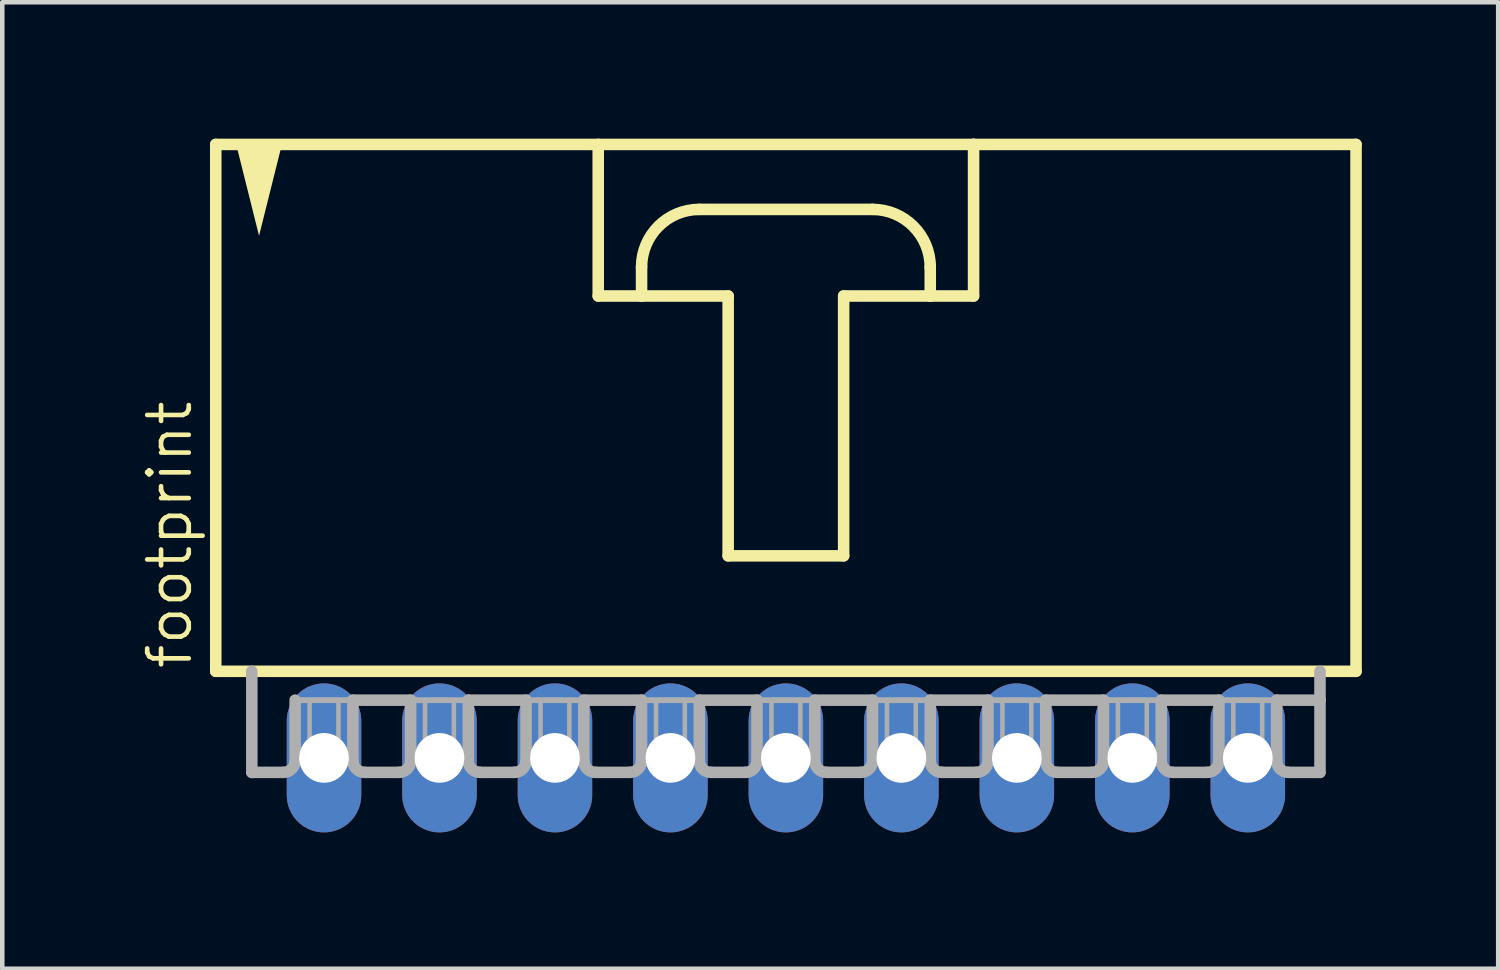
<source format=kicad_pcb>
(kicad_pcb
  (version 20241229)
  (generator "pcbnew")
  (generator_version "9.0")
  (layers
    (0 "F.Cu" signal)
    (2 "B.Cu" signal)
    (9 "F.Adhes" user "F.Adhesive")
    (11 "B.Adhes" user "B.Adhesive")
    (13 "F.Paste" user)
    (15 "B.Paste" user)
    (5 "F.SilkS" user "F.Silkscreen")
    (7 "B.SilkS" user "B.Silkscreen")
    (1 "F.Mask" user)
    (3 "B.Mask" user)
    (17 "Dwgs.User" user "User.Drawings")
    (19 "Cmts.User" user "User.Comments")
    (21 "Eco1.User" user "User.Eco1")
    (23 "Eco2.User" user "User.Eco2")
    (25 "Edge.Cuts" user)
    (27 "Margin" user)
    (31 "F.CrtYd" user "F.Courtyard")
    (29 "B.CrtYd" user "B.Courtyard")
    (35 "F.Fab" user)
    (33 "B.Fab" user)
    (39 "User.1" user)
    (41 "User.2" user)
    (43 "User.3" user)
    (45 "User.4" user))
  (footprint "footprint"
    (layer "F.Cu")
    (at 14.237 6.001)
    (property "Reference" "footprint" (at -13.018 5.715 90) (layer "F.SilkS") (effects (font (size 0.914 0.914) (thickness 0.102)) (justify left bottom)))
    (fp_line (start -12.541 -5.874) (end -12.541 5.715) (stroke (width 0.254) (type solid)) (layer "F.SilkS"))
    (fp_line (start -12.541 5.715) (end 12.541 5.715) (stroke (width 0.254) (type solid)) (layer "F.SilkS"))
    (fp_line (start -4.128 -5.874) (end -4.128 -2.54) (stroke (width 0.254) (type solid)) (layer "F.SilkS"))
    (fp_line (start -4.128 -2.54) (end -3.175 -2.54) (stroke (width 0.254) (type solid)) (layer "F.SilkS"))
    (fp_line (start -3.175 -2.54) (end -3.175 -3.175) (stroke (width 0.254) (type solid)) (layer "F.SilkS"))
    (fp_line (start -3.175 -2.54) (end -1.27 -2.54) (stroke (width 0.254) (type solid)) (layer "F.SilkS"))
    (fp_line (start -1.905 -4.445) (end 1.905 -4.445) (stroke (width 0.254) (type solid)) (layer "F.SilkS"))
    (fp_line (start -1.27 -2.54) (end -1.27 3.175) (stroke (width 0.254) (type solid)) (layer "F.SilkS"))
    (fp_line (start -1.27 3.175) (end 1.27 3.175) (stroke (width 0.254) (type solid)) (layer "F.SilkS"))
    (fp_line (start 1.27 -2.54) (end 3.175 -2.54) (stroke (width 0.254) (type solid)) (layer "F.SilkS"))
    (fp_line (start 1.27 3.175) (end 1.27 -2.54) (stroke (width 0.254) (type solid)) (layer "F.SilkS"))
    (fp_line (start 3.175 -3.175) (end 3.175 -2.54) (stroke (width 0.254) (type solid)) (layer "F.SilkS"))
    (fp_line (start 3.175 -2.54) (end 4.128 -2.54) (stroke (width 0.254) (type solid)) (layer "F.SilkS"))
    (fp_line (start 4.128 -5.874) (end -12.541 -5.874) (stroke (width 0.254) (type solid)) (layer "F.SilkS"))
    (fp_line (start 4.128 -2.54) (end 4.128 -5.874) (stroke (width 0.254) (type solid)) (layer "F.SilkS"))
    (fp_line (start 12.541 -5.874) (end 4.128 -5.874) (stroke (width 0.254) (type solid)) (layer "F.SilkS"))
    (fp_line (start 12.541 5.715) (end 12.541 -5.874) (stroke (width 0.254) (type solid)) (layer "F.SilkS"))
    (fp_arc (start -3.175 -3.175) (mid -2.803026 -4.073026) (end -1.905 -4.445) (stroke (width 0.254) (type solid)) (layer "F.SilkS"))
    (fp_arc (start 1.905 -4.445) (mid 2.803026 -4.073026) (end 3.175 -3.175) (stroke (width 0.254) (type solid)) (layer "F.SilkS"))
    (fp_poly (pts (xy -11.589 -3.864) (xy -12.098 -5.899) (xy -11.08 -5.899)) (stroke (width 0) (type solid)) (fill yes) (layer "F.SilkS"))
    (fp_line (start -11.748 5.715) (end -11.748 7.938) (stroke (width 0.254) (type solid)) (layer "F.Fab"))
    (fp_line (start -11.049 7.938) (end -11.748 7.938) (stroke (width 0.254) (type solid)) (layer "F.Fab"))
    (fp_line (start -10.795 6.35) (end -10.795 7.684) (stroke (width 0.254) (type solid)) (layer "F.Fab"))
    (fp_line (start -10.795 6.35) (end -9.525 6.35) (stroke (width 0.127) (type solid)) (layer "F.Fab"))
    (fp_line (start -9.525 6.35) (end -9.525 7.684) (stroke (width 0.254) (type solid)) (layer "F.Fab"))
    (fp_line (start -9.525 6.35) (end -8.255 6.35) (stroke (width 0.254) (type solid)) (layer "F.Fab"))
    (fp_line (start -8.509 7.938) (end -9.271 7.938) (stroke (width 0.254) (type solid)) (layer "F.Fab"))
    (fp_line (start -8.255 6.35) (end -8.255 7.684) (stroke (width 0.254) (type solid)) (layer "F.Fab"))
    (fp_line (start -8.255 6.35) (end -6.985 6.35) (stroke (width 0.127) (type solid)) (layer "F.Fab"))
    (fp_line (start -6.985 6.35) (end -6.985 7.684) (stroke (width 0.254) (type solid)) (layer "F.Fab"))
    (fp_line (start -6.985 6.35) (end -5.715 6.35) (stroke (width 0.254) (type solid)) (layer "F.Fab"))
    (fp_line (start -5.969 7.938) (end -6.731 7.938) (stroke (width 0.254) (type solid)) (layer "F.Fab"))
    (fp_line (start -5.715 6.35) (end -5.715 7.684) (stroke (width 0.254) (type solid)) (layer "F.Fab"))
    (fp_line (start -5.715 6.35) (end -4.445 6.35) (stroke (width 0.127) (type solid)) (layer "F.Fab"))
    (fp_line (start -4.445 6.35) (end -4.445 7.684) (stroke (width 0.254) (type solid)) (layer "F.Fab"))
    (fp_line (start -4.445 6.35) (end -3.175 6.35) (stroke (width 0.254) (type solid)) (layer "F.Fab"))
    (fp_line (start -3.429 7.938) (end -4.191 7.938) (stroke (width 0.254) (type solid)) (layer "F.Fab"))
    (fp_line (start -3.175 6.35) (end -3.175 7.684) (stroke (width 0.254) (type solid)) (layer "F.Fab"))
    (fp_line (start -3.175 6.35) (end -1.905 6.35) (stroke (width 0.127) (type solid)) (layer "F.Fab"))
    (fp_line (start -1.905 6.35) (end -1.905 7.684) (stroke (width 0.254) (type solid)) (layer "F.Fab"))
    (fp_line (start -1.905 6.35) (end -0.635 6.35) (stroke (width 0.254) (type solid)) (layer "F.Fab"))
    (fp_line (start -0.889 7.938) (end -1.651 7.938) (stroke (width 0.254) (type solid)) (layer "F.Fab"))
    (fp_line (start -0.635 6.35) (end -0.635 7.684) (stroke (width 0.254) (type solid)) (layer "F.Fab"))
    (fp_line (start -0.635 6.35) (end 0.635 6.35) (stroke (width 0.127) (type solid)) (layer "F.Fab"))
    (fp_line (start 0.635 6.35) (end 0.635 7.684) (stroke (width 0.254) (type solid)) (layer "F.Fab"))
    (fp_line (start 0.635 6.35) (end 1.905 6.35) (stroke (width 0.254) (type solid)) (layer "F.Fab"))
    (fp_line (start 1.651 7.938) (end 0.889 7.938) (stroke (width 0.254) (type solid)) (layer "F.Fab"))
    (fp_line (start 1.905 6.35) (end 1.905 7.684) (stroke (width 0.254) (type solid)) (layer "F.Fab"))
    (fp_line (start 1.905 6.35) (end 3.175 6.35) (stroke (width 0.127) (type solid)) (layer "F.Fab"))
    (fp_line (start 3.175 6.35) (end 3.175 7.684) (stroke (width 0.254) (type solid)) (layer "F.Fab"))
    (fp_line (start 3.175 6.35) (end 4.445 6.35) (stroke (width 0.254) (type solid)) (layer "F.Fab"))
    (fp_line (start 4.191 7.938) (end 3.429 7.938) (stroke (width 0.254) (type solid)) (layer "F.Fab"))
    (fp_line (start 4.445 6.35) (end 4.445 7.684) (stroke (width 0.254) (type solid)) (layer "F.Fab"))
    (fp_line (start 4.445 6.35) (end 5.715 6.35) (stroke (width 0.127) (type solid)) (layer "F.Fab"))
    (fp_line (start 5.715 6.35) (end 5.715 7.684) (stroke (width 0.254) (type solid)) (layer "F.Fab"))
    (fp_line (start 5.715 6.35) (end 6.985 6.35) (stroke (width 0.254) (type solid)) (layer "F.Fab"))
    (fp_line (start 6.731 7.938) (end 5.969 7.938) (stroke (width 0.254) (type solid)) (layer "F.Fab"))
    (fp_line (start 6.985 6.35) (end 6.985 7.684) (stroke (width 0.254) (type solid)) (layer "F.Fab"))
    (fp_line (start 6.985 6.35) (end 8.255 6.35) (stroke (width 0.127) (type solid)) (layer "F.Fab"))
    (fp_line (start 8.255 6.35) (end 8.255 7.684) (stroke (width 0.254) (type solid)) (layer "F.Fab"))
    (fp_line (start 8.255 6.35) (end 9.525 6.35) (stroke (width 0.254) (type solid)) (layer "F.Fab"))
    (fp_line (start 9.271 7.938) (end 8.509 7.938) (stroke (width 0.254) (type solid)) (layer "F.Fab"))
    (fp_line (start 9.525 6.35) (end 9.525 7.684) (stroke (width 0.254) (type solid)) (layer "F.Fab"))
    (fp_line (start 9.525 6.35) (end 10.795 6.35) (stroke (width 0.127) (type solid)) (layer "F.Fab"))
    (fp_line (start 10.795 6.35) (end 10.795 7.684) (stroke (width 0.254) (type solid)) (layer "F.Fab"))
    (fp_line (start 10.795 6.35) (end 11.748 6.35) (stroke (width 0.254) (type solid)) (layer "F.Fab"))
    (fp_line (start 11.049 7.938) (end 11.748 7.938) (stroke (width 0.254) (type solid)) (layer "F.Fab"))
    (fp_line (start 11.748 6.35) (end 11.748 5.715) (stroke (width 0.254) (type solid)) (layer "F.Fab"))
    (fp_line (start 11.748 7.938) (end 11.748 6.35) (stroke (width 0.254) (type solid)) (layer "F.Fab"))
    (fp_arc (start -10.795 7.6835) (mid -10.869395 7.863105) (end -11.049 7.9375) (stroke (width 0.254) (type solid)) (layer "F.Fab"))
    (fp_arc (start -9.271 7.9375) (mid -9.450605 7.863105) (end -9.525 7.6835) (stroke (width 0.254) (type solid)) (layer "F.Fab"))
    (fp_arc (start -8.255 7.6835) (mid -8.329395 7.863105) (end -8.509 7.9375) (stroke (width 0.254) (type solid)) (layer "F.Fab"))
    (fp_arc (start -6.731 7.9375) (mid -6.910605 7.863105) (end -6.985 7.6835) (stroke (width 0.254) (type solid)) (layer "F.Fab"))
    (fp_arc (start -5.715 7.6835) (mid -5.789395 7.863105) (end -5.969 7.9375) (stroke (width 0.254) (type solid)) (layer "F.Fab"))
    (fp_arc (start -4.191 7.9375) (mid -4.370605 7.863105) (end -4.445 7.6835) (stroke (width 0.254) (type solid)) (layer "F.Fab"))
    (fp_arc (start -3.175 7.6835) (mid -3.249395 7.863105) (end -3.429 7.9375) (stroke (width 0.254) (type solid)) (layer "F.Fab"))
    (fp_arc (start -1.651 7.9375) (mid -1.830605 7.863105) (end -1.905 7.6835) (stroke (width 0.254) (type solid)) (layer "F.Fab"))
    (fp_arc (start -0.635 7.6835) (mid -0.709395 7.863105) (end -0.889 7.9375) (stroke (width 0.254) (type solid)) (layer "F.Fab"))
    (fp_arc (start 0.889 7.9375) (mid 0.709395 7.863105) (end 0.635 7.6835) (stroke (width 0.254) (type solid)) (layer "F.Fab"))
    (fp_arc (start 1.905 7.6835) (mid 1.830605 7.863105) (end 1.651 7.9375) (stroke (width 0.254) (type solid)) (layer "F.Fab"))
    (fp_arc (start 3.429 7.9375) (mid 3.249395 7.863105) (end 3.175 7.6835) (stroke (width 0.254) (type solid)) (layer "F.Fab"))
    (fp_arc (start 4.445 7.6835) (mid 4.370605 7.863105) (end 4.191 7.9375) (stroke (width 0.254) (type solid)) (layer "F.Fab"))
    (fp_arc (start 5.969 7.9375) (mid 5.789395 7.863105) (end 5.715 7.6835) (stroke (width 0.254) (type solid)) (layer "F.Fab"))
    (fp_arc (start 6.985 7.6835) (mid 6.910605 7.863105) (end 6.731 7.9375) (stroke (width 0.254) (type solid)) (layer "F.Fab"))
    (fp_arc (start 8.509 7.9375) (mid 8.329395 7.863105) (end 8.255 7.6835) (stroke (width 0.254) (type solid)) (layer "F.Fab"))
    (fp_arc (start 9.525 7.6835) (mid 9.450605 7.863105) (end 9.271 7.9375) (stroke (width 0.254) (type solid)) (layer "F.Fab"))
    (fp_arc (start 11.049 7.9375) (mid 10.869395 7.863105) (end 10.795 7.6835) (stroke (width 0.254) (type solid)) (layer "F.Fab"))
    (fp_poly (pts (xy -10.477 7.62) (xy -9.842 7.62) (xy -9.842 6.35) (xy -10.477 6.35)) (stroke (width 0.1) (type solid)) (fill no) (layer "F.Fab"))
    (fp_poly (pts (xy -7.938 7.62) (xy -7.303 7.62) (xy -7.303 6.35) (xy -7.938 6.35)) (stroke (width 0.1) (type solid)) (fill no) (layer "F.Fab"))
    (fp_poly (pts (xy -5.397 7.62) (xy -4.763 7.62) (xy -4.763 6.35) (xy -5.397 6.35)) (stroke (width 0.1) (type solid)) (fill no) (layer "F.Fab"))
    (fp_poly (pts (xy -2.857 7.62) (xy -2.223 7.62) (xy -2.223 6.35) (xy -2.857 6.35)) (stroke (width 0.1) (type solid)) (fill no) (layer "F.Fab"))
    (fp_poly (pts (xy -0.318 7.62) (xy 0.318 7.62) (xy 0.318 6.35) (xy -0.318 6.35)) (stroke (width 0.1) (type solid)) (fill no) (layer "F.Fab"))
    (fp_poly (pts (xy 2.223 7.62) (xy 2.857 7.62) (xy 2.857 6.35) (xy 2.223 6.35)) (stroke (width 0.1) (type solid)) (fill no) (layer "F.Fab"))
    (fp_poly (pts (xy 4.763 7.62) (xy 5.397 7.62) (xy 5.397 6.35) (xy 4.763 6.35)) (stroke (width 0.1) (type solid)) (fill no) (layer "F.Fab"))
    (fp_poly (pts (xy 7.303 7.62) (xy 7.938 7.62) (xy 7.938 6.35) (xy 7.303 6.35)) (stroke (width 0.1) (type solid)) (fill no) (layer "F.Fab"))
    (fp_poly (pts (xy 9.842 7.62) (xy 10.477 7.62) (xy 10.477 6.35) (xy 9.842 6.35)) (stroke (width 0.1) (type solid)) (fill no) (layer "F.Fab"))
    (pad "1" thru_hole oval (at -10.16 7.62 90) (size 3.277 1.638) (drill 1.092) (layers "*.Cu" "*.Mask"))
    (pad "2" thru_hole oval (at -7.62 7.62 90) (size 3.277 1.638) (drill 1.092) (layers "*.Cu" "*.Mask"))
    (pad "3" thru_hole oval (at -5.08 7.62 90) (size 3.277 1.638) (drill 1.092) (layers "*.Cu" "*.Mask"))
    (pad "4" thru_hole oval (at -2.54 7.62 90) (size 3.277 1.638) (drill 1.092) (layers "*.Cu" "*.Mask"))
    (pad "5" thru_hole oval (at 0 7.62 90) (size 3.277 1.638) (drill 1.092) (layers "*.Cu" "*.Mask"))
    (pad "6" thru_hole oval (at 2.54 7.62 90) (size 3.277 1.638) (drill 1.092) (layers "*.Cu" "*.Mask"))
    (pad "7" thru_hole oval (at 5.08 7.62 90) (size 3.277 1.638) (drill 1.092) (layers "*.Cu" "*.Mask"))
    (pad "8" thru_hole oval (at 7.62 7.62 90) (size 3.277 1.638) (drill 1.092) (layers "*.Cu" "*.Mask"))
    (pad "9" thru_hole oval (at 10.16 7.62 90) (size 3.277 1.638) (drill 1.092) (layers "*.Cu" "*.Mask")))
  (gr_rect
    (start -3 -3)
    (end 29.905 18.259)
    (stroke (width 0.1) (type default))
    (fill no)
    (layer "Edge.Cuts")))
</source>
